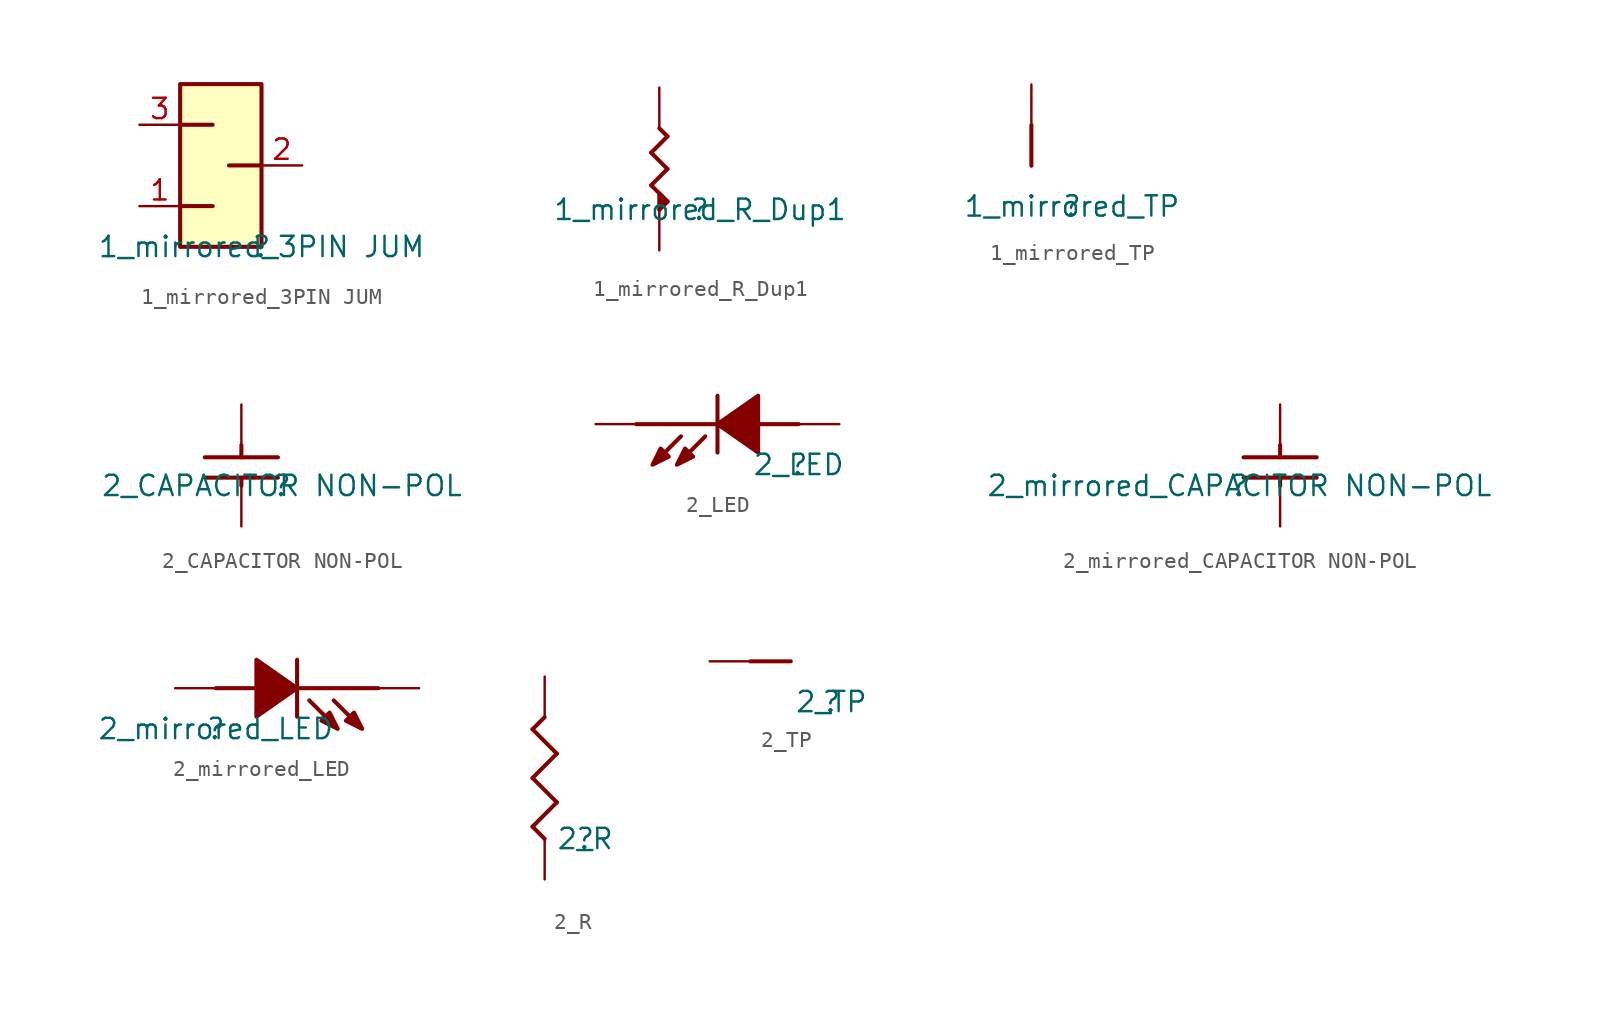
<source format=kicad_sym>
(kicad_symbol_lib
  (version 20211014)
  (generator kicad_symbol_editor)
  (symbol "1_mirrored_3PIN JUM"
    (property "Reference" ""
      (at 0 0 0)
      (effects (font (size 1.27 1.27))))
    (property "Value" "1_mirrored_3PIN JUM"
      (at 0 0 0)
      (effects (font (size 1.27 1.27))))
    (symbol "1_mirrored_3PIN JUM_1_0"
      (polyline (pts (xy -5.08 2.54) (xy -3.048 2.54)) (stroke (width 0.254) (type default) (color 0 0 0 0)) (fill (type none)))
      (polyline (pts (xy -3.048 7.62) (xy -5.08 7.62)) (stroke (width 0.254) (type default) (color 0 0 0 0)) (fill (type none)))
      (polyline (pts (xy 0 5.08) (xy -2.032 5.08)) (stroke (width 0.254) (type default) (color 0 0 0 0)) (fill (type none)))
      (rectangle (start 0 10.16) (end -5.08 0) (stroke (width 0.254) (type default) (color 0 0 0 0)) (fill (type background)))
      (pin passive line (at -7.62 2.54 0) (length 2.54) (name "1" (effects (font (size 0 0)))) (number "1" (effects (font (size 1.27 1.27)))))
      (pin passive line (at 2.54 5.08 180) (length 2.54) (name "2" (effects (font (size 0 0)))) (number "2" (effects (font (size 1.27 1.27)))))
      (pin passive line (at -7.62 7.62 0) (length 2.54) (name "3" (effects (font (size 0 0)))) (number "3" (effects (font (size 1.27 1.27)))))))
  (symbol "1_mirrored_R_Dup1"
    (property "Reference" ""
      (at 0 0 0)
      (effects (font (size 1.27 1.27))))
    (property "Value" "1_mirrored_R_Dup1"
      (at 0 0 0)
      (effects (font (size 1.27 1.27))))
    (symbol "1_mirrored_R_Dup1_1_0"
      (polyline (pts (xy -3.048 1.524) (xy -2.032 2.54)) (stroke (width 0.254) (type default) (color 0 0 0 0)) (fill (type none)))
      (polyline (pts (xy -3.048 3.556) (xy -2.032 4.572)) (stroke (width 0.254) (type default) (color 0 0 0 0)) (fill (type none)))
      (polyline (pts (xy -2.54 0) (xy -2.032 0.508)) (stroke (width 0.254) (type default) (color 0 0 0 0)) (fill (type none)))
      (polyline (pts (xy -2.032 0.508) (xy -3.048 1.524)) (stroke (width 0.254) (type default) (color 0 0 0 0)) (fill (type none)))
      (polyline (pts (xy -2.032 2.54) (xy -3.048 3.556)) (stroke (width 0.254) (type default) (color 0 0 0 0)) (fill (type none)))
      (polyline (pts (xy -2.032 4.572) (xy -2.54 5.08)) (stroke (width 0.254) (type default) (color 0 0 0 0)) (fill (type none)))
      (polyline (pts (xy -2.54 1.016) (xy -2.032 0.508) (xy -2.54 0) (xy -2.54 1.016) (xy -2.032 0.508) (xy -2.54 1.016)) (stroke (width 0.254) (type default) (color 0 0 0 0)) (fill (type outline)))
      (pin passive line (at -2.54 -2.54 90) (length 2.54) (name "1" (effects (font (size 0 0)))) (number "1" (effects (font (size 0 0)))))
      (pin passive line (at -2.54 7.62 270) (length 2.54) (name "2" (effects (font (size 0 0)))) (number "2" (effects (font (size 0 0)))))))
  (symbol "1_mirrored_TP"
    (property "Reference" ""
      (at 0 0 0)
      (effects (font (size 1.27 1.27))))
    (property "Value" "1_mirrored_TP"
      (at 0 0 0)
      (effects (font (size 1.27 1.27))))
    (symbol "1_mirrored_TP_1_0"
      (polyline (pts (xy -2.54 2.54) (xy -2.54 5.08)) (stroke (width 0.254) (type default) (color 0 0 0 0)) (fill (type none)))
      (pin passive line (at -2.54 7.62 270) (length 2.54) (name "TP" (effects (font (size 0 0)))) (number "1" (effects (font (size 0 0)))))))
  (symbol "2_CAPACITOR NON-POL"
    (property "Reference" ""
      (at 0 0 0)
      (effects (font (size 1.27 1.27))))
    (property "Value" "2_CAPACITOR NON-POL"
      (at 0 0 0)
      (effects (font (size 1.27 1.27))))
    (symbol "2_CAPACITOR NON-POL_1_0"
      (polyline (pts (xy -2.54 0) (xy -2.54 0.508)) (stroke (width 0.254) (type default) (color 0 0 0 0)) (fill (type none)))
      (polyline (pts (xy -2.54 2.54) (xy -2.54 1.778)) (stroke (width 0.254) (type default) (color 0 0 0 0)) (fill (type none)))
      (polyline (pts (xy -0.254 0.508) (xy -4.826 0.508)) (stroke (width 0.254) (type default) (color 0 0 0 0)) (fill (type none)))
      (polyline (pts (xy -0.254 1.778) (xy -4.826 1.778)) (stroke (width 0.254) (type default) (color 0 0 0 0)) (fill (type none)))
      (pin passive line (at -2.54 -2.54 90) (length 2.54) (name "1" (effects (font (size 0 0)))) (number "1" (effects (font (size 0 0)))))
      (pin passive line (at -2.54 5.08 270) (length 2.54) (name "2" (effects (font (size 0 0)))) (number "2" (effects (font (size 0 0)))))))
  (symbol "2_LED"
    (property "Reference" ""
      (at 0 0 0)
      (effects (font (size 1.27 1.27))))
    (property "Value" "2_LED"
      (at 0 0 0)
      (effects (font (size 1.27 1.27))))
    (symbol "2_LED_1_0"
      (polyline (pts (xy -8.89 0.254) (xy -7.366 1.778)) (stroke (width 0.254) (type default) (color 0 0 0 0)) (fill (type none)))
      (polyline (pts (xy -7.366 0.254) (xy -5.842 1.778)) (stroke (width 0.254) (type default) (color 0 0 0 0)) (fill (type none)))
      (polyline (pts (xy -5.08 0.762) (xy -5.08 4.318)) (stroke (width 0.254) (type default) (color 0 0 0 0)) (fill (type none)))
      (polyline (pts (xy -5.08 2.54) (xy -10.16 2.54)) (stroke (width 0.254) (type default) (color 0 0 0 0)) (fill (type none)))
      (polyline (pts (xy 0 2.54) (xy -2.54 2.54)) (stroke (width 0.254) (type default) (color 0 0 0 0)) (fill (type none)))
      (polyline (pts (xy -8.128 0.508) (xy -8.128 0.508) (xy -9.144 0) (xy -8.636 1.016) (xy -8.128 0.508) (xy -8.128 0.508)) (stroke (width 0.254) (type default) (color 0 0 0 0)) (fill (type outline)))
      (polyline (pts (xy -6.604 0.508) (xy -6.604 0.508) (xy -7.62 0) (xy -7.112 1.016) (xy -6.604 0.508) (xy -6.604 0.508)) (stroke (width 0.254) (type default) (color 0 0 0 0)) (fill (type outline)))
      (polyline (pts (xy -5.08 2.54) (xy -5.08 2.54) (xy -2.54 4.318) (xy -2.54 0.762) (xy -5.08 2.54) (xy -5.08 2.54)) (stroke (width 0.254) (type default) (color 0 0 0 0)) (fill (type outline)))
      (pin passive line (at 2.54 2.54 180) (length 2.54) (name "ANODE" (effects (font (size 0 0)))) (number "1" (effects (font (size 0 0)))))
      (pin passive line (at -12.7 2.54 0) (length 2.54) (name "CATHODE" (effects (font (size 0 0)))) (number "2" (effects (font (size 0 0)))))))
  (symbol "2_mirrored_CAPACITOR NON-POL"
    (property "Reference" ""
      (at 0 0 0)
      (effects (font (size 1.27 1.27))))
    (property "Value" "2_mirrored_CAPACITOR NON-POL"
      (at 0 0 0)
      (effects (font (size 1.27 1.27))))
    (symbol "2_mirrored_CAPACITOR NON-POL_1_0"
      (polyline (pts (xy 0.254 0.508) (xy 4.826 0.508)) (stroke (width 0.254) (type default) (color 0 0 0 0)) (fill (type none)))
      (polyline (pts (xy 0.254 1.778) (xy 4.826 1.778)) (stroke (width 0.254) (type default) (color 0 0 0 0)) (fill (type none)))
      (polyline (pts (xy 2.54 0) (xy 2.54 0.508)) (stroke (width 0.254) (type default) (color 0 0 0 0)) (fill (type none)))
      (polyline (pts (xy 2.54 2.54) (xy 2.54 1.778)) (stroke (width 0.254) (type default) (color 0 0 0 0)) (fill (type none)))
      (pin passive line (at 2.54 -2.54 90) (length 2.54) (name "1" (effects (font (size 0 0)))) (number "1" (effects (font (size 0 0)))))
      (pin passive line (at 2.54 5.08 270) (length 2.54) (name "2" (effects (font (size 0 0)))) (number "2" (effects (font (size 0 0)))))))
  (symbol "2_mirrored_LED"
    (property "Reference" ""
      (at 0 0 0)
      (effects (font (size 1.27 1.27))))
    (property "Value" "2_mirrored_LED"
      (at 0 0 0)
      (effects (font (size 1.27 1.27))))
    (symbol "2_mirrored_LED_1_0"
      (polyline (pts (xy 0 2.54) (xy 2.54 2.54)) (stroke (width 0.254) (type default) (color 0 0 0 0)) (fill (type none)))
      (polyline (pts (xy 5.08 0.762) (xy 5.08 4.318)) (stroke (width 0.254) (type default) (color 0 0 0 0)) (fill (type none)))
      (polyline (pts (xy 5.08 2.54) (xy 10.16 2.54)) (stroke (width 0.254) (type default) (color 0 0 0 0)) (fill (type none)))
      (polyline (pts (xy 7.366 0.254) (xy 5.842 1.778)) (stroke (width 0.254) (type default) (color 0 0 0 0)) (fill (type none)))
      (polyline (pts (xy 8.89 0.254) (xy 7.366 1.778)) (stroke (width 0.254) (type default) (color 0 0 0 0)) (fill (type none)))
      (polyline (pts (xy 5.08 2.54) (xy 5.08 2.54) (xy 2.54 4.318) (xy 2.54 0.762) (xy 5.08 2.54) (xy 5.08 2.54)) (stroke (width 0.254) (type default) (color 0 0 0 0)) (fill (type outline)))
      (polyline (pts (xy 6.604 0.508) (xy 6.604 0.508) (xy 7.62 0) (xy 7.112 1.016) (xy 6.604 0.508) (xy 6.604 0.508)) (stroke (width 0.254) (type default) (color 0 0 0 0)) (fill (type outline)))
      (polyline (pts (xy 8.128 0.508) (xy 8.128 0.508) (xy 9.144 0) (xy 8.636 1.016) (xy 8.128 0.508) (xy 8.128 0.508)) (stroke (width 0.254) (type default) (color 0 0 0 0)) (fill (type outline)))
      (pin passive line (at -2.54 2.54 0) (length 2.54) (name "ANODE" (effects (font (size 0 0)))) (number "1" (effects (font (size 0 0)))))
      (pin passive line (at 12.7 2.54 180) (length 2.54) (name "CATHODE" (effects (font (size 0 0)))) (number "2" (effects (font (size 0 0)))))))
  (symbol "2_R"
    (property "Reference" ""
      (at 0 0 0)
      (effects (font (size 1.27 1.27))))
    (property "Value" "2_R"
      (at 0 0 0)
      (effects (font (size 1.27 1.27))))
    (symbol "2_R_1_0"
      (polyline (pts (xy -3.302 0.762) (xy -1.778 2.286)) (stroke (width 0.254) (type default) (color 0 0 0 0)) (fill (type none)))
      (polyline (pts (xy -3.302 3.81) (xy -1.778 5.334)) (stroke (width 0.254) (type default) (color 0 0 0 0)) (fill (type none)))
      (polyline (pts (xy -3.302 6.858) (xy -2.54 7.62)) (stroke (width 0.254) (type default) (color 0 0 0 0)) (fill (type none)))
      (polyline (pts (xy -2.54 0) (xy -3.302 0.762)) (stroke (width 0.254) (type default) (color 0 0 0 0)) (fill (type none)))
      (polyline (pts (xy -1.778 2.286) (xy -3.302 3.81)) (stroke (width 0.254) (type default) (color 0 0 0 0)) (fill (type none)))
      (polyline (pts (xy -1.778 5.334) (xy -3.302 6.858)) (stroke (width 0.254) (type default) (color 0 0 0 0)) (fill (type none)))
      (pin passive line (at -2.54 -2.54 90) (length 2.54) (name "1" (effects (font (size 0 0)))) (number "1" (effects (font (size 0 0)))))
      (pin passive line (at -2.54 10.16 270) (length 2.54) (name "2" (effects (font (size 0 0)))) (number "2" (effects (font (size 0 0)))))))
  (symbol "2_TP"
    (property "Reference" ""
      (at 0 0 0)
      (effects (font (size 1.27 1.27))))
    (property "Value" "2_TP"
      (at 0 0 0)
      (effects (font (size 1.27 1.27))))
    (symbol "2_TP_1_0"
      (polyline (pts (xy -2.54 2.54) (xy -5.08 2.54)) (stroke (width 0.254) (type default) (color 0 0 0 0)) (fill (type none)))
      (pin passive line (at -7.62 2.54 0) (length 2.54) (name "TP" (effects (font (size 0 0)))) (number "1" (effects (font (size 0 0))))))))
</source>
